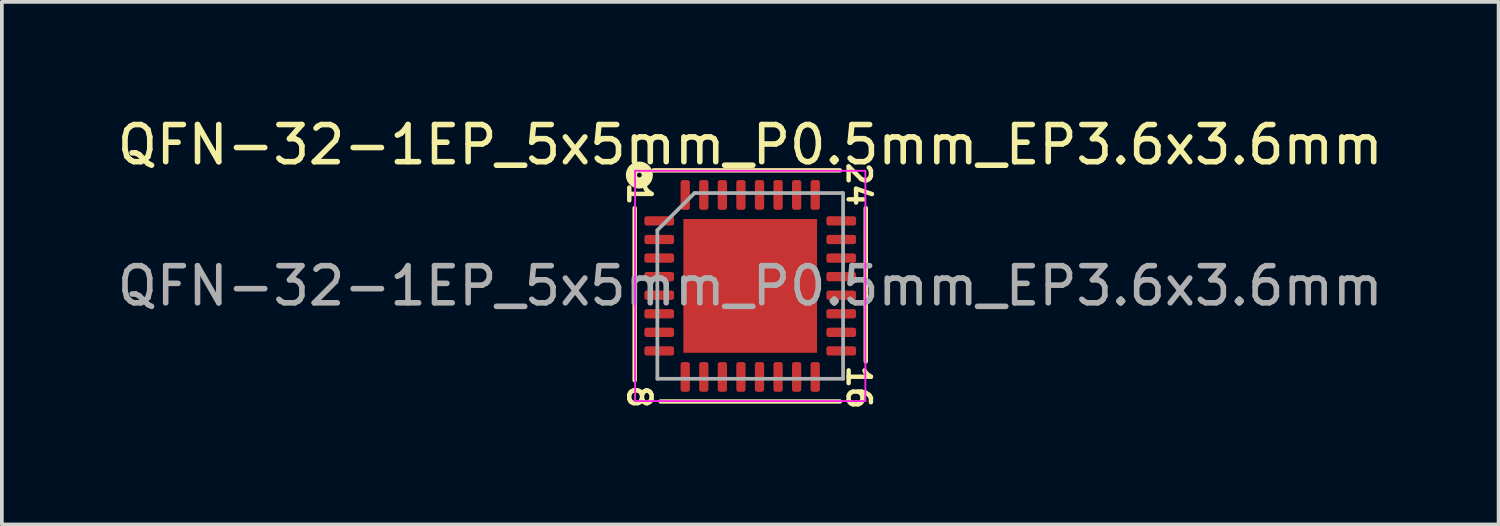
<source format=kicad_pcb>
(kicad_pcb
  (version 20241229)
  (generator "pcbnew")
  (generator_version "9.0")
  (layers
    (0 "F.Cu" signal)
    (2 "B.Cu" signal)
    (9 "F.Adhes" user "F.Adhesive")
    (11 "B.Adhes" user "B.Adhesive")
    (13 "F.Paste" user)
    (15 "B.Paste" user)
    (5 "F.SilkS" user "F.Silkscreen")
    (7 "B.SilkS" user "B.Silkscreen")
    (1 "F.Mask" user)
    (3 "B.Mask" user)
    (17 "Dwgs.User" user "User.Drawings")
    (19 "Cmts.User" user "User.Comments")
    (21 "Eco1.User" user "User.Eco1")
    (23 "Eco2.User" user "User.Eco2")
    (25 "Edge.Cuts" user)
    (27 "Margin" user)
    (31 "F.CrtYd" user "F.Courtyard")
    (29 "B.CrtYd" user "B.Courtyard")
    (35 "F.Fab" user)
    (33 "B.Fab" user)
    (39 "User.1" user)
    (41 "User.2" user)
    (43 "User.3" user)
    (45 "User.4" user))
  (footprint "QFN-32-1EP_5x5mm_P0.5mm_EP3.6x3.6mm"
    (layer "F.Cu")
    (at 17.149 4.648)
    (property "Reference" "QFN-32-1EP_5x5mm_P0.5mm_EP3.6x3.6mm" (at 0 -3.8 0) (layer "F.SilkS") (effects (font (size 1 1) (thickness 0.15))))
    (attr smd)
    (fp_line (start -3.111 -2.095) (end -3.111 2.54) (stroke (width 0.12) (type solid)) (layer "F.SilkS"))
    (fp_line (start -2.413 3.111) (end 2.413 3.111) (stroke (width 0.12) (type solid)) (layer "F.SilkS"))
    (fp_line (start 2.413 -3.111) (end -2.603 -3.111) (stroke (width 0.12) (type solid)) (layer "F.SilkS"))
    (fp_line (start 3.111 2.032) (end 3.111 -2.095) (stroke (width 0.12) (type solid)) (layer "F.SilkS"))
    (fp_circle (center -2.985 -2.985) (end -2.921 -2.985) (stroke (width 0.3) (type solid)) (fill no) (layer "F.SilkS"))
    (fp_line (start -3.1 -3.1) (end -3.1 3.1) (stroke (width 0.05) (type solid)) (layer "F.CrtYd"))
    (fp_line (start -3.1 3.1) (end 3.1 3.1) (stroke (width 0.05) (type solid)) (layer "F.CrtYd"))
    (fp_line (start 3.1 -3.1) (end -3.1 -3.1) (stroke (width 0.05) (type solid)) (layer "F.CrtYd"))
    (fp_line (start 3.1 3.1) (end 3.1 -3.1) (stroke (width 0.05) (type solid)) (layer "F.CrtYd"))
    (fp_line (start -2.5 -1.5) (end -1.5 -2.5) (stroke (width 0.1) (type solid)) (layer "F.Fab"))
    (fp_line (start -2.5 2.5) (end -2.5 -1.5) (stroke (width 0.1) (type solid)) (layer "F.Fab"))
    (fp_line (start -1.5 -2.5) (end 2.5 -2.5) (stroke (width 0.1) (type solid)) (layer "F.Fab"))
    (fp_line (start 2.5 -2.5) (end 2.5 2.5) (stroke (width 0.1) (type solid)) (layer "F.Fab"))
    (fp_line (start 2.5 2.5) (end -2.5 2.5) (stroke (width 0.1) (type solid)) (layer "F.Fab"))
    (fp_text user "24" (at 2.921 -2.731 270) (unlocked yes) (layer "F.SilkS") (effects (font (size 0.6 0.6) (thickness 0.12))))
    (fp_text user "8" (at -2.985 2.985 270) (unlocked yes) (layer "F.SilkS") (effects (font (size 0.6 0.6) (thickness 0.12))))
    (fp_text user "16" (at 2.921 2.731 270) (unlocked yes) (layer "F.SilkS") (effects (font (size 0.6 0.6) (thickness 0.12))))
    (fp_text user "1" (at -2.985 -2.477 270) (unlocked yes) (layer "F.SilkS") (effects (font (size 0.6 0.6) (thickness 0.12))))
    (fp_text user "${REFERENCE}" (at 0 0 0) (layer "F.Fab") (effects (font (size 1 1) (thickness 0.15))))
    (pad "" smd roundrect (at -1.2 -1.2) (size 0.97 0.97) (layers "F.Paste") (roundrect_rratio 0.25))
    (pad "" smd roundrect (at -1.2 0) (size 0.97 0.97) (layers "F.Paste") (roundrect_rratio 0.25))
    (pad "" smd roundrect (at -1.2 1.2) (size 0.97 0.97) (layers "F.Paste") (roundrect_rratio 0.25))
    (pad "" smd roundrect (at 0 -1.2) (size 0.97 0.97) (layers "F.Paste") (roundrect_rratio 0.25))
    (pad "" smd roundrect (at 0 0) (size 0.97 0.97) (layers "F.Paste") (roundrect_rratio 0.25))
    (pad "" smd roundrect (at 0 1.2) (size 0.97 0.97) (layers "F.Paste") (roundrect_rratio 0.25))
    (pad "" smd roundrect (at 1.2 -1.2) (size 0.97 0.97) (layers "F.Paste") (roundrect_rratio 0.25))
    (pad "" smd roundrect (at 1.2 0) (size 0.97 0.97) (layers "F.Paste") (roundrect_rratio 0.25))
    (pad "" smd roundrect (at 1.2 1.2) (size 0.97 0.97) (layers "F.Paste") (roundrect_rratio 0.25))
    (pad "1" smd roundrect (at -2.45 -1.75) (size 0.8 0.25) (layers "F.Cu" "F.Mask" "F.Paste") (roundrect_rratio 0.25))
    (pad "2" smd roundrect (at -2.45 -1.25) (size 0.8 0.25) (layers "F.Cu" "F.Mask" "F.Paste") (roundrect_rratio 0.25))
    (pad "3" smd roundrect (at -2.45 -0.75) (size 0.8 0.25) (layers "F.Cu" "F.Mask" "F.Paste") (roundrect_rratio 0.25))
    (pad "4" smd roundrect (at -2.45 -0.25) (size 0.8 0.25) (layers "F.Cu" "F.Mask" "F.Paste") (roundrect_rratio 0.25))
    (pad "5" smd roundrect (at -2.45 0.25) (size 0.8 0.25) (layers "F.Cu" "F.Mask" "F.Paste") (roundrect_rratio 0.25))
    (pad "6" smd roundrect (at -2.45 0.75) (size 0.8 0.25) (layers "F.Cu" "F.Mask" "F.Paste") (roundrect_rratio 0.25))
    (pad "7" smd roundrect (at -2.45 1.25) (size 0.8 0.25) (layers "F.Cu" "F.Mask" "F.Paste") (roundrect_rratio 0.25))
    (pad "8" smd roundrect (at -2.45 1.75) (size 0.8 0.25) (layers "F.Cu" "F.Mask" "F.Paste") (roundrect_rratio 0.25))
    (pad "9" smd roundrect (at -1.75 2.45) (size 0.25 0.8) (layers "F.Cu" "F.Mask" "F.Paste") (roundrect_rratio 0.25))
    (pad "10" smd roundrect (at -1.25 2.45) (size 0.25 0.8) (layers "F.Cu" "F.Mask" "F.Paste") (roundrect_rratio 0.25))
    (pad "11" smd roundrect (at -0.75 2.45) (size 0.25 0.8) (layers "F.Cu" "F.Mask" "F.Paste") (roundrect_rratio 0.25))
    (pad "12" smd roundrect (at -0.25 2.45) (size 0.25 0.8) (layers "F.Cu" "F.Mask" "F.Paste") (roundrect_rratio 0.25))
    (pad "13" smd roundrect (at 0.25 2.45) (size 0.25 0.8) (layers "F.Cu" "F.Mask" "F.Paste") (roundrect_rratio 0.25))
    (pad "14" smd roundrect (at 0.75 2.45) (size 0.25 0.8) (layers "F.Cu" "F.Mask" "F.Paste") (roundrect_rratio 0.25))
    (pad "15" smd roundrect (at 1.25 2.45) (size 0.25 0.8) (layers "F.Cu" "F.Mask" "F.Paste") (roundrect_rratio 0.25))
    (pad "16" smd roundrect (at 1.75 2.45) (size 0.25 0.8) (layers "F.Cu" "F.Mask" "F.Paste") (roundrect_rratio 0.25))
    (pad "17" smd roundrect (at 2.45 1.75) (size 0.8 0.25) (layers "F.Cu" "F.Mask" "F.Paste") (roundrect_rratio 0.25))
    (pad "18" smd roundrect (at 2.45 1.25) (size 0.8 0.25) (layers "F.Cu" "F.Mask" "F.Paste") (roundrect_rratio 0.25))
    (pad "19" smd roundrect (at 2.45 0.75) (size 0.8 0.25) (layers "F.Cu" "F.Mask" "F.Paste") (roundrect_rratio 0.25))
    (pad "20" smd roundrect (at 2.45 0.25) (size 0.8 0.25) (layers "F.Cu" "F.Mask" "F.Paste") (roundrect_rratio 0.25))
    (pad "21" smd roundrect (at 2.45 -0.25) (size 0.8 0.25) (layers "F.Cu" "F.Mask" "F.Paste") (roundrect_rratio 0.25))
    (pad "22" smd roundrect (at 2.45 -0.75) (size 0.8 0.25) (layers "F.Cu" "F.Mask" "F.Paste") (roundrect_rratio 0.25))
    (pad "23" smd roundrect (at 2.45 -1.25) (size 0.8 0.25) (layers "F.Cu" "F.Mask" "F.Paste") (roundrect_rratio 0.25))
    (pad "24" smd roundrect (at 2.45 -1.75) (size 0.8 0.25) (layers "F.Cu" "F.Mask" "F.Paste") (roundrect_rratio 0.25))
    (pad "25" smd roundrect (at 1.75 -2.45) (size 0.25 0.8) (layers "F.Cu" "F.Mask" "F.Paste") (roundrect_rratio 0.25))
    (pad "26" smd roundrect (at 1.25 -2.45) (size 0.25 0.8) (layers "F.Cu" "F.Mask" "F.Paste") (roundrect_rratio 0.25))
    (pad "27" smd roundrect (at 0.75 -2.45) (size 0.25 0.8) (layers "F.Cu" "F.Mask" "F.Paste") (roundrect_rratio 0.25))
    (pad "28" smd roundrect (at 0.25 -2.45) (size 0.25 0.8) (layers "F.Cu" "F.Mask" "F.Paste") (roundrect_rratio 0.25))
    (pad "29" smd roundrect (at -0.25 -2.45) (size 0.25 0.8) (layers "F.Cu" "F.Mask" "F.Paste") (roundrect_rratio 0.25))
    (pad "30" smd roundrect (at -0.75 -2.45) (size 0.25 0.8) (layers "F.Cu" "F.Mask" "F.Paste") (roundrect_rratio 0.25))
    (pad "31" smd roundrect (at -1.25 -2.45) (size 0.25 0.8) (layers "F.Cu" "F.Mask" "F.Paste") (roundrect_rratio 0.25))
    (pad "32" smd roundrect (at -1.75 -2.45) (size 0.25 0.8) (layers "F.Cu" "F.Mask" "F.Paste") (roundrect_rratio 0.25))
    (pad "33" smd rect (at 0 0) (size 3.6 3.6) (layers "F.Cu" "F.Mask")))
  (gr_rect
    (start -3 -3)
    (end 37.298 11.07)
    (stroke (width 0.1) (type default))
    (fill no)
    (layer "Edge.Cuts")))
</source>
